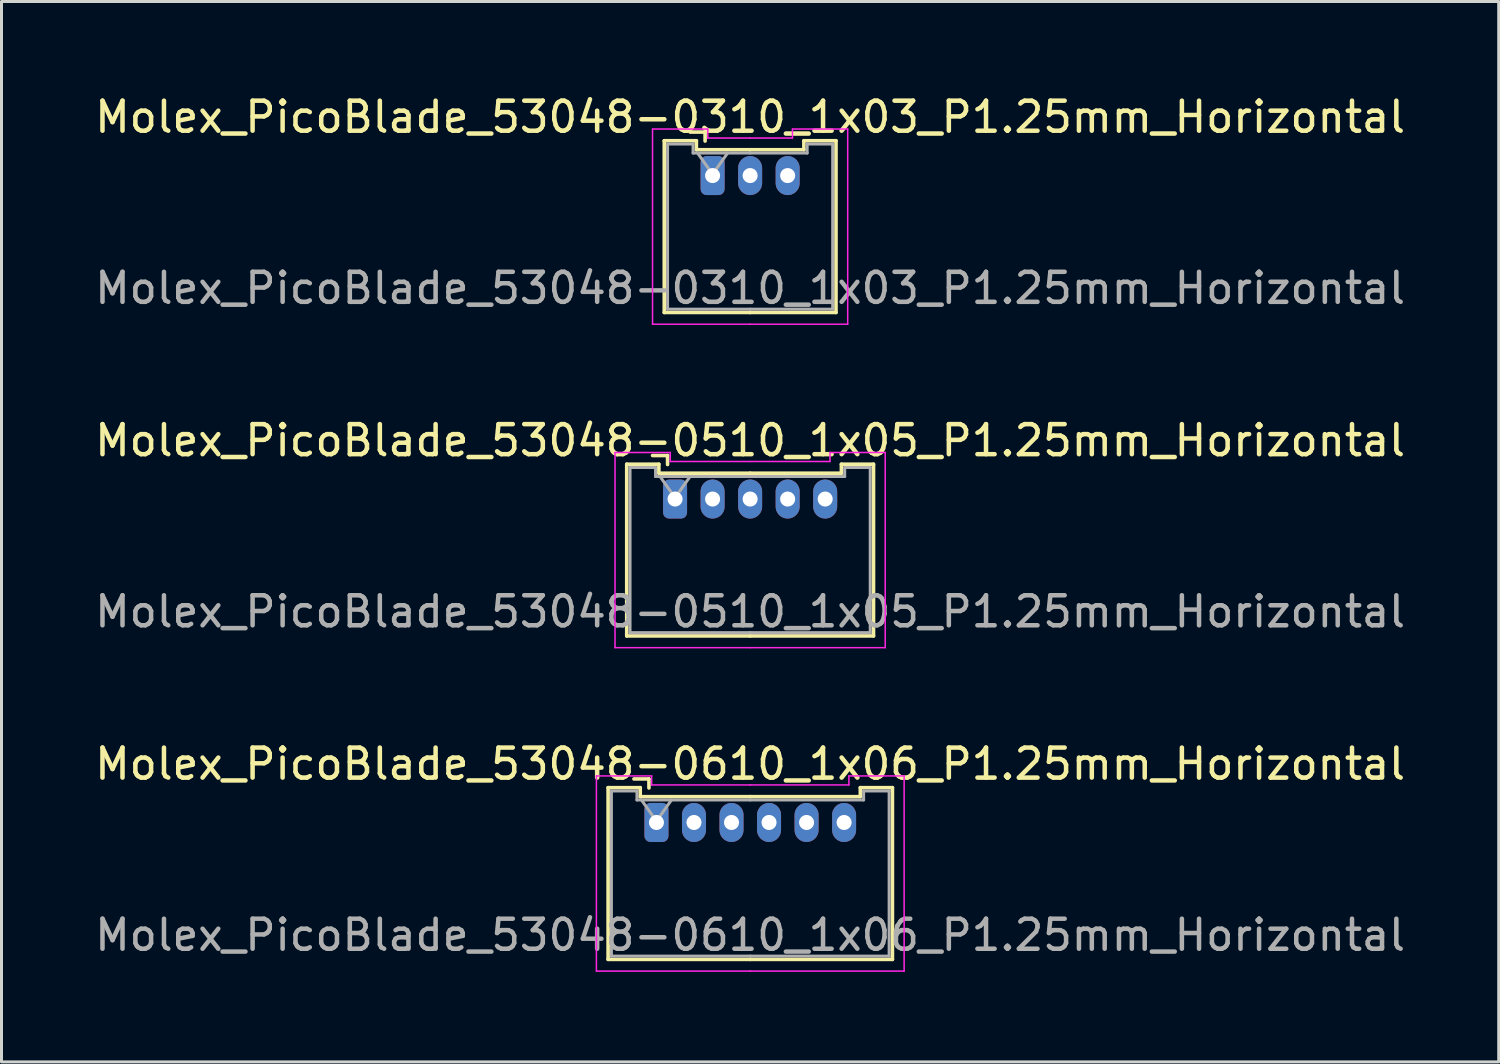
<source format=kicad_pcb>
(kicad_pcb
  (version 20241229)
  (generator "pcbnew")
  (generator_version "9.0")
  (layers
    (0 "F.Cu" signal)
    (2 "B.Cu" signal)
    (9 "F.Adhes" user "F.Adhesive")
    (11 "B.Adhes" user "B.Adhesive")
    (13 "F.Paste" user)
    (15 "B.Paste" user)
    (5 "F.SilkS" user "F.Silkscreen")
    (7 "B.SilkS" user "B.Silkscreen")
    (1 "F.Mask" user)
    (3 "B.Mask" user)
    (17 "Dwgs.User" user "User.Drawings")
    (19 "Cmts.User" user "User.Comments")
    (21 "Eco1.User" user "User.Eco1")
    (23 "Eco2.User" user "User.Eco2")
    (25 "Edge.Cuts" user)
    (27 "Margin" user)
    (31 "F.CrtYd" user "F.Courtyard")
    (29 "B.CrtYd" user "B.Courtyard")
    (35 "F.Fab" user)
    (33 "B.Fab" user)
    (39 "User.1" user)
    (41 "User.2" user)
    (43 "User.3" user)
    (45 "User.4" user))
  (footprint "Molex_PicoBlade_53048-0610_1x06_P1.25mm_Horizontal"
    (layer "F.Cu")
    (at 18.815 24.345)
    (property "Reference" "Molex_PicoBlade_53048-0610_1x06_P1.25mm_Horizontal" (at 3.12 -1.95 0) (layer "F.SilkS") (effects (font (size 1 1) (thickness 0.15))))
    (attr through_hole)
    (fp_line (start -1.61 -1.16) (end -1.61 4.56) (stroke (width 0.12) (type solid)) (layer "F.SilkS"))
    (fp_line (start -1.61 4.56) (end 3.125 4.56) (stroke (width 0.12) (type solid)) (layer "F.SilkS"))
    (fp_line (start -0.54 -1.16) (end -1.61 -1.16) (stroke (width 0.12) (type solid)) (layer "F.SilkS"))
    (fp_line (start -0.54 -0.86) (end -0.54 -1.16) (stroke (width 0.12) (type solid)) (layer "F.SilkS"))
    (fp_line (start -0.25 -1.45) (end -0.75 -1.45) (stroke (width 0.12) (type solid)) (layer "F.SilkS"))
    (fp_line (start -0.25 -1.15) (end -0.25 -1.45) (stroke (width 0.12) (type solid)) (layer "F.SilkS"))
    (fp_line (start 3.125 -0.86) (end -0.54 -0.86) (stroke (width 0.12) (type solid)) (layer "F.SilkS"))
    (fp_line (start 3.125 -0.86) (end 6.79 -0.86) (stroke (width 0.12) (type solid)) (layer "F.SilkS"))
    (fp_line (start 6.79 -1.16) (end 7.86 -1.16) (stroke (width 0.12) (type solid)) (layer "F.SilkS"))
    (fp_line (start 6.79 -0.86) (end 6.79 -1.16) (stroke (width 0.12) (type solid)) (layer "F.SilkS"))
    (fp_line (start 7.86 -1.16) (end 7.86 4.56) (stroke (width 0.12) (type solid)) (layer "F.SilkS"))
    (fp_line (start 7.86 4.56) (end 3.125 4.56) (stroke (width 0.12) (type solid)) (layer "F.SilkS"))
    (fp_line (start -2 -1.55) (end -2 4.95) (stroke (width 0.05) (type solid)) (layer "F.CrtYd"))
    (fp_line (start -2 4.95) (end 3.13 4.95) (stroke (width 0.05) (type solid)) (layer "F.CrtYd"))
    (fp_line (start -0.16 -1.55) (end -2 -1.55) (stroke (width 0.05) (type solid)) (layer "F.CrtYd"))
    (fp_line (start -0.16 -1.25) (end -0.16 -1.55) (stroke (width 0.05) (type solid)) (layer "F.CrtYd"))
    (fp_line (start 3.12 -1.25) (end 6.41 -1.25) (stroke (width 0.05) (type solid)) (layer "F.CrtYd"))
    (fp_line (start 3.13 -1.25) (end -0.16 -1.25) (stroke (width 0.05) (type solid)) (layer "F.CrtYd"))
    (fp_line (start 6.41 -1.55) (end 8.25 -1.55) (stroke (width 0.05) (type solid)) (layer "F.CrtYd"))
    (fp_line (start 6.41 -1.25) (end 6.41 -1.55) (stroke (width 0.05) (type solid)) (layer "F.CrtYd"))
    (fp_line (start 8.25 -1.55) (end 8.25 4.95) (stroke (width 0.05) (type solid)) (layer "F.CrtYd"))
    (fp_line (start 8.25 4.95) (end 3.12 4.95) (stroke (width 0.05) (type solid)) (layer "F.CrtYd"))
    (fp_line (start -1.5 -1.05) (end -1.5 4.45) (stroke (width 0.1) (type solid)) (layer "F.Fab"))
    (fp_line (start -1.5 4.45) (end 3.125 4.45) (stroke (width 0.1) (type solid)) (layer "F.Fab"))
    (fp_line (start -0.65 -1.05) (end -1.5 -1.05) (stroke (width 0.1) (type solid)) (layer "F.Fab"))
    (fp_line (start -0.65 -0.75) (end -0.65 -1.05) (stroke (width 0.1) (type solid)) (layer "F.Fab"))
    (fp_line (start -0.5 -0.75) (end 0 -0.043) (stroke (width 0.1) (type solid)) (layer "F.Fab"))
    (fp_line (start 0 -0.043) (end 0.5 -0.75) (stroke (width 0.1) (type solid)) (layer "F.Fab"))
    (fp_line (start 3.125 -0.75) (end -0.65 -0.75) (stroke (width 0.1) (type solid)) (layer "F.Fab"))
    (fp_line (start 3.125 -0.75) (end 6.9 -0.75) (stroke (width 0.1) (type solid)) (layer "F.Fab"))
    (fp_line (start 6.9 -1.05) (end 7.75 -1.05) (stroke (width 0.1) (type solid)) (layer "F.Fab"))
    (fp_line (start 6.9 -0.75) (end 6.9 -1.05) (stroke (width 0.1) (type solid)) (layer "F.Fab"))
    (fp_line (start 7.75 -1.05) (end 7.75 4.45) (stroke (width 0.1) (type solid)) (layer "F.Fab"))
    (fp_line (start 7.75 4.45) (end 3.125 4.45) (stroke (width 0.1) (type solid)) (layer "F.Fab"))
    (fp_text user "${REFERENCE}" (at 3.12 3.75 0) (layer "F.Fab") (effects (font (size 1 1) (thickness 0.15))))
    (pad "1" thru_hole roundrect (at 0 0) (size 0.8 1.3) (drill 0.5) (layers "*.Cu" "*.Mask") (roundrect_rratio 0.25))
    (pad "2" thru_hole oval (at 1.25 0) (size 0.8 1.3) (drill 0.5) (layers "*.Cu" "*.Mask"))
    (pad "3" thru_hole oval (at 2.5 0) (size 0.8 1.3) (drill 0.5) (layers "*.Cu" "*.Mask"))
    (pad "4" thru_hole oval (at 3.75 0) (size 0.8 1.3) (drill 0.5) (layers "*.Cu" "*.Mask"))
    (pad "5" thru_hole oval (at 5 0) (size 0.8 1.3) (drill 0.5) (layers "*.Cu" "*.Mask"))
    (pad "6" thru_hole oval (at 6.25 0) (size 0.8 1.3) (drill 0.5) (layers "*.Cu" "*.Mask")))
  (footprint "Molex_PicoBlade_53048-0510_1x05_P1.25mm_Horizontal"
    (layer "F.Cu")
    (at 19.435 13.572)
    (property "Reference" "Molex_PicoBlade_53048-0510_1x05_P1.25mm_Horizontal" (at 2.5 -1.95 0) (layer "F.SilkS") (effects (font (size 1 1) (thickness 0.15))))
    (attr through_hole)
    (fp_line (start -1.61 -1.16) (end -1.61 4.56) (stroke (width 0.12) (type solid)) (layer "F.SilkS"))
    (fp_line (start -1.61 4.56) (end 2.5 4.56) (stroke (width 0.12) (type solid)) (layer "F.SilkS"))
    (fp_line (start -0.54 -1.16) (end -1.61 -1.16) (stroke (width 0.12) (type solid)) (layer "F.SilkS"))
    (fp_line (start -0.54 -0.86) (end -0.54 -1.16) (stroke (width 0.12) (type solid)) (layer "F.SilkS"))
    (fp_line (start -0.25 -1.45) (end -0.75 -1.45) (stroke (width 0.12) (type solid)) (layer "F.SilkS"))
    (fp_line (start -0.25 -1.15) (end -0.25 -1.45) (stroke (width 0.12) (type solid)) (layer "F.SilkS"))
    (fp_line (start 2.5 -0.86) (end -0.54 -0.86) (stroke (width 0.12) (type solid)) (layer "F.SilkS"))
    (fp_line (start 2.5 -0.86) (end 5.54 -0.86) (stroke (width 0.12) (type solid)) (layer "F.SilkS"))
    (fp_line (start 5.54 -1.16) (end 6.61 -1.16) (stroke (width 0.12) (type solid)) (layer "F.SilkS"))
    (fp_line (start 5.54 -0.86) (end 5.54 -1.16) (stroke (width 0.12) (type solid)) (layer "F.SilkS"))
    (fp_line (start 6.61 -1.16) (end 6.61 4.56) (stroke (width 0.12) (type solid)) (layer "F.SilkS"))
    (fp_line (start 6.61 4.56) (end 2.5 4.56) (stroke (width 0.12) (type solid)) (layer "F.SilkS"))
    (fp_line (start -2 -1.55) (end -2 4.95) (stroke (width 0.05) (type solid)) (layer "F.CrtYd"))
    (fp_line (start -2 4.95) (end 2.5 4.95) (stroke (width 0.05) (type solid)) (layer "F.CrtYd"))
    (fp_line (start -0.16 -1.55) (end -2 -1.55) (stroke (width 0.05) (type solid)) (layer "F.CrtYd"))
    (fp_line (start -0.16 -1.25) (end -0.16 -1.55) (stroke (width 0.05) (type solid)) (layer "F.CrtYd"))
    (fp_line (start 2.5 -1.25) (end -0.16 -1.25) (stroke (width 0.05) (type solid)) (layer "F.CrtYd"))
    (fp_line (start 2.5 -1.25) (end 5.16 -1.25) (stroke (width 0.05) (type solid)) (layer "F.CrtYd"))
    (fp_line (start 5.16 -1.55) (end 7 -1.55) (stroke (width 0.05) (type solid)) (layer "F.CrtYd"))
    (fp_line (start 5.16 -1.25) (end 5.16 -1.55) (stroke (width 0.05) (type solid)) (layer "F.CrtYd"))
    (fp_line (start 7 -1.55) (end 7 4.95) (stroke (width 0.05) (type solid)) (layer "F.CrtYd"))
    (fp_line (start 7 4.95) (end 2.5 4.95) (stroke (width 0.05) (type solid)) (layer "F.CrtYd"))
    (fp_line (start -1.5 -1.05) (end -1.5 4.45) (stroke (width 0.1) (type solid)) (layer "F.Fab"))
    (fp_line (start -1.5 4.45) (end 2.5 4.45) (stroke (width 0.1) (type solid)) (layer "F.Fab"))
    (fp_line (start -0.65 -1.05) (end -1.5 -1.05) (stroke (width 0.1) (type solid)) (layer "F.Fab"))
    (fp_line (start -0.65 -0.75) (end -0.65 -1.05) (stroke (width 0.1) (type solid)) (layer "F.Fab"))
    (fp_line (start -0.5 -0.75) (end 0 -0.043) (stroke (width 0.1) (type solid)) (layer "F.Fab"))
    (fp_line (start 0 -0.043) (end 0.5 -0.75) (stroke (width 0.1) (type solid)) (layer "F.Fab"))
    (fp_line (start 2.5 -0.75) (end -0.65 -0.75) (stroke (width 0.1) (type solid)) (layer "F.Fab"))
    (fp_line (start 2.5 -0.75) (end 5.65 -0.75) (stroke (width 0.1) (type solid)) (layer "F.Fab"))
    (fp_line (start 5.65 -1.05) (end 6.5 -1.05) (stroke (width 0.1) (type solid)) (layer "F.Fab"))
    (fp_line (start 5.65 -0.75) (end 5.65 -1.05) (stroke (width 0.1) (type solid)) (layer "F.Fab"))
    (fp_line (start 6.5 -1.05) (end 6.5 4.45) (stroke (width 0.1) (type solid)) (layer "F.Fab"))
    (fp_line (start 6.5 4.45) (end 2.5 4.45) (stroke (width 0.1) (type solid)) (layer "F.Fab"))
    (fp_text user "${REFERENCE}" (at 2.5 3.75 0) (layer "F.Fab") (effects (font (size 1 1) (thickness 0.15))))
    (pad "1" thru_hole roundrect (at 0 0) (size 0.8 1.3) (drill 0.5) (layers "*.Cu" "*.Mask") (roundrect_rratio 0.25))
    (pad "2" thru_hole oval (at 1.25 0) (size 0.8 1.3) (drill 0.5) (layers "*.Cu" "*.Mask"))
    (pad "3" thru_hole oval (at 2.5 0) (size 0.8 1.3) (drill 0.5) (layers "*.Cu" "*.Mask"))
    (pad "4" thru_hole oval (at 3.75 0) (size 0.8 1.3) (drill 0.5) (layers "*.Cu" "*.Mask"))
    (pad "5" thru_hole oval (at 5 0) (size 0.8 1.3) (drill 0.5) (layers "*.Cu" "*.Mask")))
  (footprint "Molex_PicoBlade_53048-0310_1x03_P1.25mm_Horizontal"
    (layer "F.Cu")
    (at 20.685 2.798)
    (property "Reference" "Molex_PicoBlade_53048-0310_1x03_P1.25mm_Horizontal" (at 1.25 -1.95 0) (layer "F.SilkS") (effects (font (size 1 1) (thickness 0.15))))
    (attr through_hole)
    (fp_line (start -1.61 -1.16) (end -1.61 4.56) (stroke (width 0.12) (type solid)) (layer "F.SilkS"))
    (fp_line (start -1.61 4.56) (end 1.25 4.56) (stroke (width 0.12) (type solid)) (layer "F.SilkS"))
    (fp_line (start -0.54 -1.16) (end -1.61 -1.16) (stroke (width 0.12) (type solid)) (layer "F.SilkS"))
    (fp_line (start -0.54 -0.86) (end -0.54 -1.16) (stroke (width 0.12) (type solid)) (layer "F.SilkS"))
    (fp_line (start -0.25 -1.45) (end -0.75 -1.45) (stroke (width 0.12) (type solid)) (layer "F.SilkS"))
    (fp_line (start -0.25 -1.15) (end -0.25 -1.45) (stroke (width 0.12) (type solid)) (layer "F.SilkS"))
    (fp_line (start 1.25 -0.86) (end -0.54 -0.86) (stroke (width 0.12) (type solid)) (layer "F.SilkS"))
    (fp_line (start 1.25 -0.86) (end 3.04 -0.86) (stroke (width 0.12) (type solid)) (layer "F.SilkS"))
    (fp_line (start 3.04 -1.16) (end 4.11 -1.16) (stroke (width 0.12) (type solid)) (layer "F.SilkS"))
    (fp_line (start 3.04 -0.86) (end 3.04 -1.16) (stroke (width 0.12) (type solid)) (layer "F.SilkS"))
    (fp_line (start 4.11 -1.16) (end 4.11 4.56) (stroke (width 0.12) (type solid)) (layer "F.SilkS"))
    (fp_line (start 4.11 4.56) (end 1.25 4.56) (stroke (width 0.12) (type solid)) (layer "F.SilkS"))
    (fp_line (start -2 -1.55) (end -2 4.95) (stroke (width 0.05) (type solid)) (layer "F.CrtYd"))
    (fp_line (start -2 4.95) (end 1.25 4.95) (stroke (width 0.05) (type solid)) (layer "F.CrtYd"))
    (fp_line (start -0.16 -1.55) (end -2 -1.55) (stroke (width 0.05) (type solid)) (layer "F.CrtYd"))
    (fp_line (start -0.16 -1.25) (end -0.16 -1.55) (stroke (width 0.05) (type solid)) (layer "F.CrtYd"))
    (fp_line (start 1.25 -1.25) (end -0.16 -1.25) (stroke (width 0.05) (type solid)) (layer "F.CrtYd"))
    (fp_line (start 1.25 -1.25) (end 2.66 -1.25) (stroke (width 0.05) (type solid)) (layer "F.CrtYd"))
    (fp_line (start 2.66 -1.55) (end 4.5 -1.55) (stroke (width 0.05) (type solid)) (layer "F.CrtYd"))
    (fp_line (start 2.66 -1.25) (end 2.66 -1.55) (stroke (width 0.05) (type solid)) (layer "F.CrtYd"))
    (fp_line (start 4.5 -1.55) (end 4.5 4.95) (stroke (width 0.05) (type solid)) (layer "F.CrtYd"))
    (fp_line (start 4.5 4.95) (end 1.25 4.95) (stroke (width 0.05) (type solid)) (layer "F.CrtYd"))
    (fp_line (start -1.5 -1.05) (end -1.5 4.45) (stroke (width 0.1) (type solid)) (layer "F.Fab"))
    (fp_line (start -1.5 4.45) (end 1.25 4.45) (stroke (width 0.1) (type solid)) (layer "F.Fab"))
    (fp_line (start -0.65 -1.05) (end -1.5 -1.05) (stroke (width 0.1) (type solid)) (layer "F.Fab"))
    (fp_line (start -0.65 -0.75) (end -0.65 -1.05) (stroke (width 0.1) (type solid)) (layer "F.Fab"))
    (fp_line (start -0.5 -0.75) (end 0 -0.043) (stroke (width 0.1) (type solid)) (layer "F.Fab"))
    (fp_line (start 0 -0.043) (end 0.5 -0.75) (stroke (width 0.1) (type solid)) (layer "F.Fab"))
    (fp_line (start 1.25 -0.75) (end -0.65 -0.75) (stroke (width 0.1) (type solid)) (layer "F.Fab"))
    (fp_line (start 1.25 -0.75) (end 3.15 -0.75) (stroke (width 0.1) (type solid)) (layer "F.Fab"))
    (fp_line (start 3.15 -1.05) (end 4 -1.05) (stroke (width 0.1) (type solid)) (layer "F.Fab"))
    (fp_line (start 3.15 -0.75) (end 3.15 -1.05) (stroke (width 0.1) (type solid)) (layer "F.Fab"))
    (fp_line (start 4 -1.05) (end 4 4.45) (stroke (width 0.1) (type solid)) (layer "F.Fab"))
    (fp_line (start 4 4.45) (end 1.25 4.45) (stroke (width 0.1) (type solid)) (layer "F.Fab"))
    (fp_text user "${REFERENCE}" (at 1.25 3.75 0) (layer "F.Fab") (effects (font (size 1 1) (thickness 0.15))))
    (pad "1" thru_hole roundrect (at 0 0) (size 0.8 1.3) (drill 0.5) (layers "*.Cu" "*.Mask") (roundrect_rratio 0.25))
    (pad "2" thru_hole oval (at 1.25 0) (size 0.8 1.3) (drill 0.5) (layers "*.Cu" "*.Mask"))
    (pad "3" thru_hole oval (at 2.5 0) (size 0.8 1.3) (drill 0.5) (layers "*.Cu" "*.Mask")))
  (gr_rect
    (start -3 -3)
    (end 46.869 32.32)
    (stroke (width 0.1) (type default))
    (fill no)
    (layer "Edge.Cuts")))
</source>
